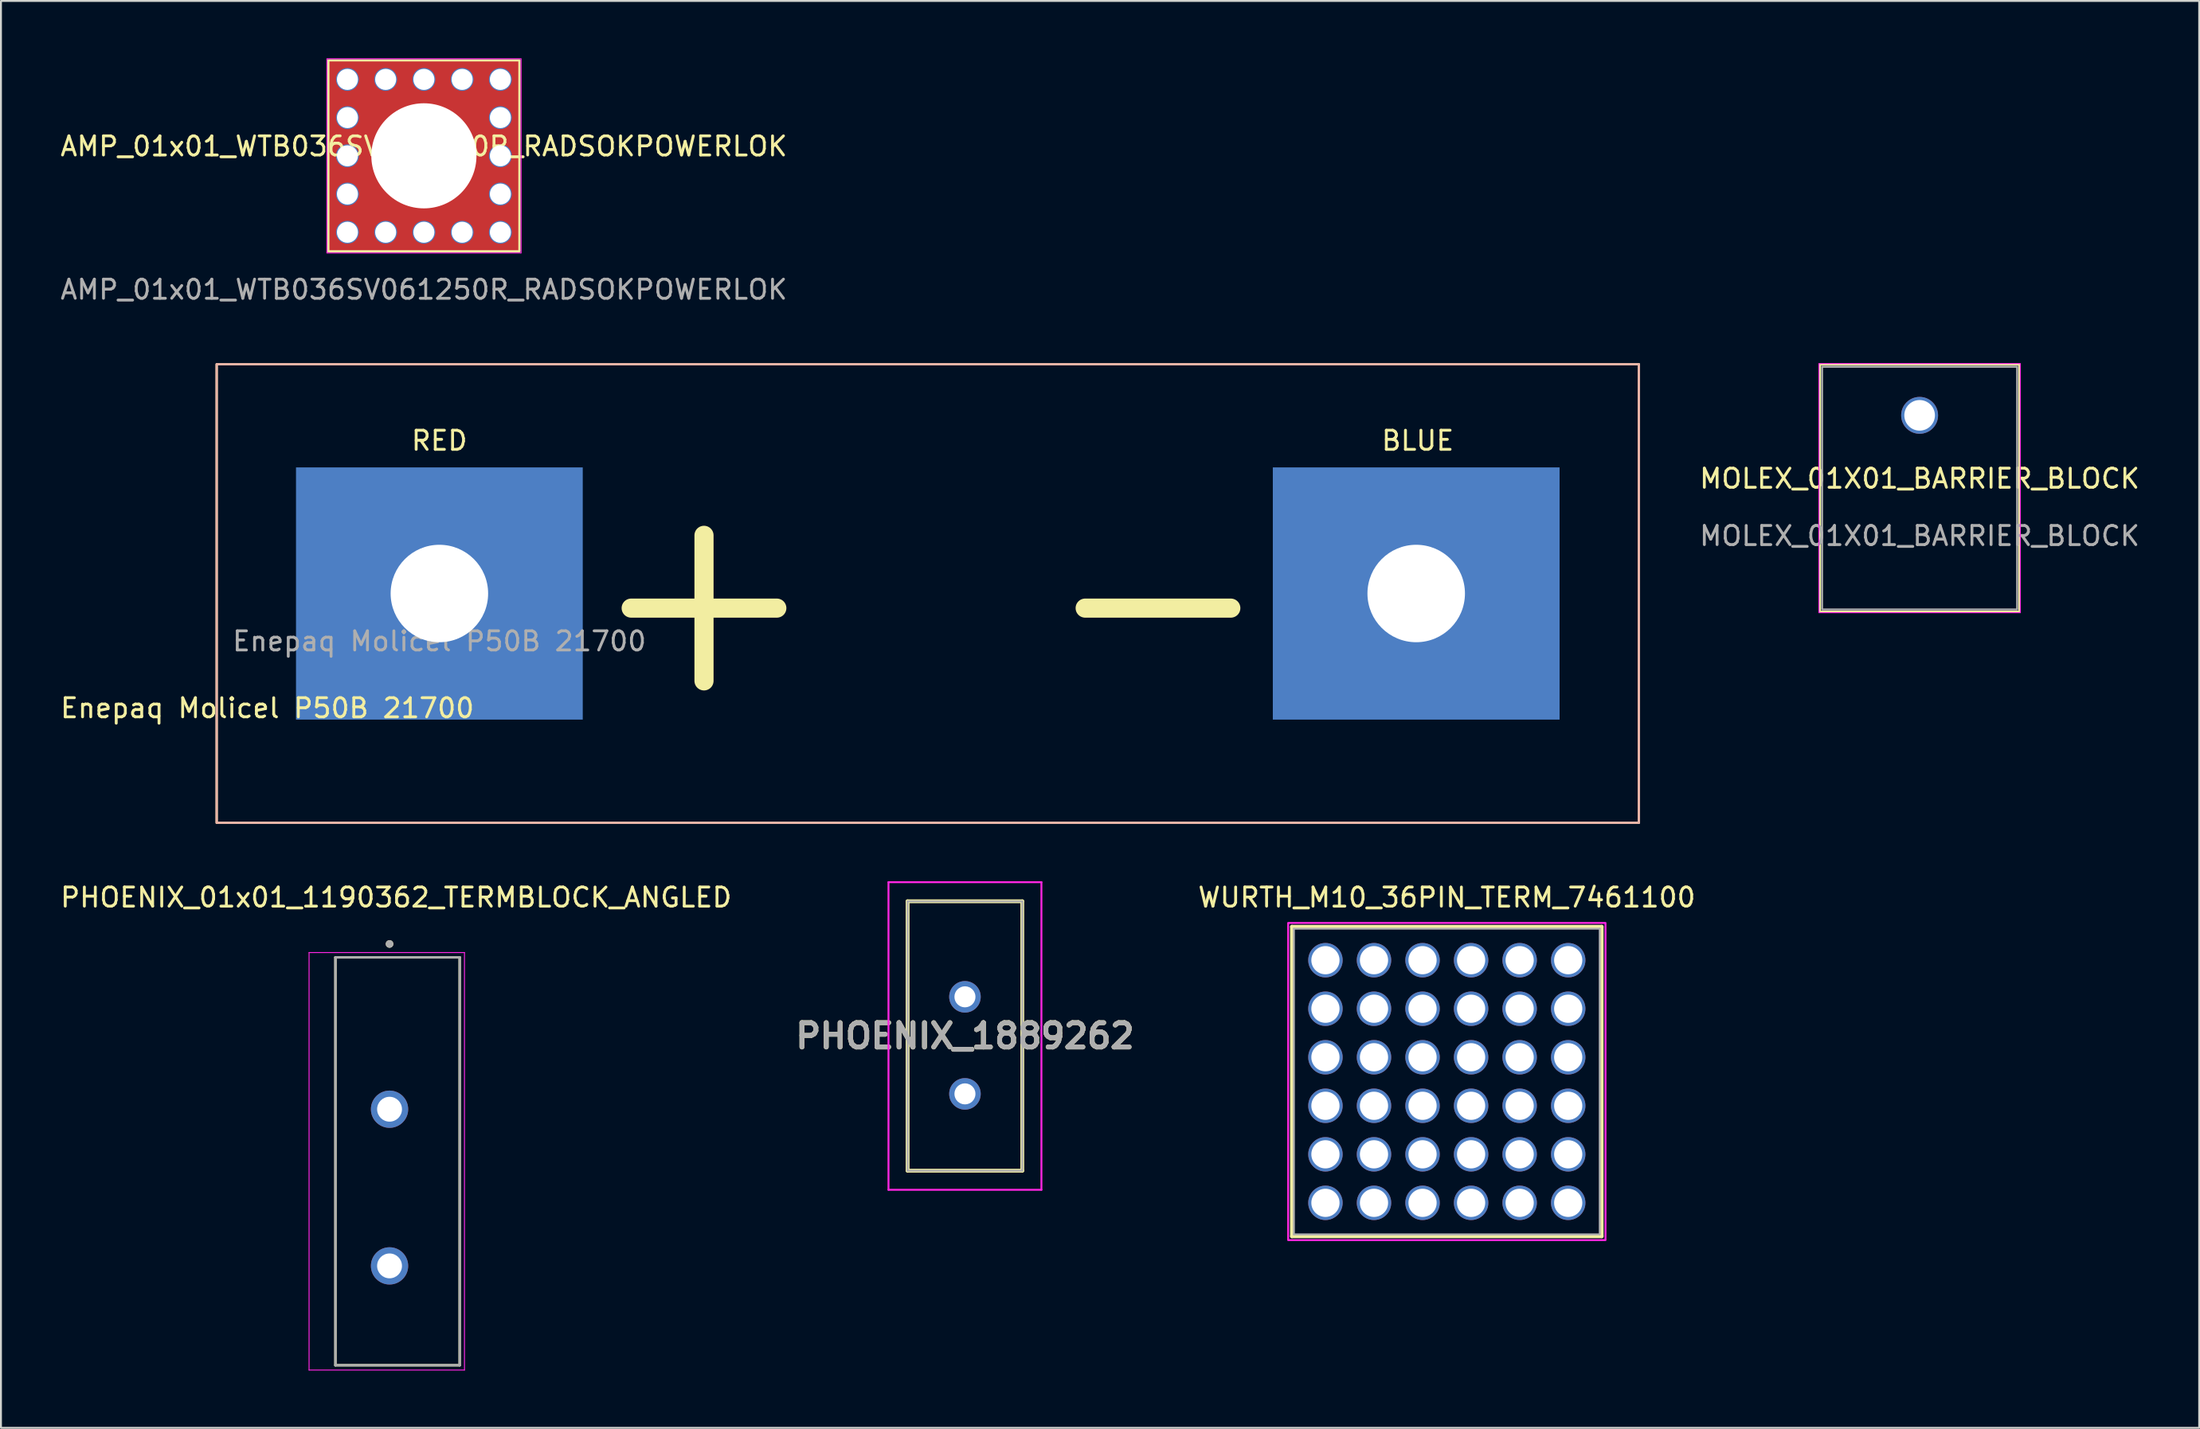
<source format=kicad_pcb>
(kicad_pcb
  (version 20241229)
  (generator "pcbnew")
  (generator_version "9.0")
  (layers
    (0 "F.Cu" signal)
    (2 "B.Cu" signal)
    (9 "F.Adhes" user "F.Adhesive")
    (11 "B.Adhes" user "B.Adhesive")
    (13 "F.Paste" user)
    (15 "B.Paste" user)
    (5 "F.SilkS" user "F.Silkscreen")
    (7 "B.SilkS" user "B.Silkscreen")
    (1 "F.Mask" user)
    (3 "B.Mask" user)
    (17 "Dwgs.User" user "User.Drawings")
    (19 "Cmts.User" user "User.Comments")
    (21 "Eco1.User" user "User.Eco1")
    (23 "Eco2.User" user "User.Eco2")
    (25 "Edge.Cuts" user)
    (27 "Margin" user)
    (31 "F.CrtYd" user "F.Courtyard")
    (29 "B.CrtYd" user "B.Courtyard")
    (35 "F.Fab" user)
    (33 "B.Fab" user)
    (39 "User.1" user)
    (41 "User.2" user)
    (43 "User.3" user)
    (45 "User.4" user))
  (footprint "PHOENIX_1889262"
    (layer "F.Cu")
    (at 47.429 49.124)
    (property "Reference" "PHOENIX_1889262" (at 0 2.05 0) (layer "F.SilkS") (effects (font (size 1.27 1.27) (thickness 0.254))))
    (attr through_hole)
    (fp_line (start -3 -5) (end 3 -5) (stroke (width 0.2) (type solid)) (layer "F.SilkS"))
    (fp_line (start -3 9.1) (end -3 -5) (stroke (width 0.2) (type solid)) (layer "F.SilkS"))
    (fp_line (start 3 -5) (end 3 9.1) (stroke (width 0.2) (type solid)) (layer "F.SilkS"))
    (fp_line (start 3 9.1) (end -3 9.1) (stroke (width 0.2) (type solid)) (layer "F.SilkS"))
    (fp_line (start -4 -6) (end 4 -6) (stroke (width 0.1) (type solid)) (layer "F.CrtYd"))
    (fp_line (start -4 10.1) (end -4 -6) (stroke (width 0.1) (type solid)) (layer "F.CrtYd"))
    (fp_line (start 4 -6) (end 4 10.1) (stroke (width 0.1) (type solid)) (layer "F.CrtYd"))
    (fp_line (start 4 10.1) (end -4 10.1) (stroke (width 0.1) (type solid)) (layer "F.CrtYd"))
    (fp_line (start -3 -5) (end 3 -5) (stroke (width 0.1) (type solid)) (layer "F.Fab"))
    (fp_line (start -3 9.1) (end -3 -5) (stroke (width 0.1) (type solid)) (layer "F.Fab"))
    (fp_line (start 3 -5) (end 3 9.1) (stroke (width 0.1) (type solid)) (layer "F.Fab"))
    (fp_line (start 3 9.1) (end -3 9.1) (stroke (width 0.1) (type solid)) (layer "F.Fab"))
    (fp_text user "${REFERENCE}" (at 0 2.05 0) (layer "F.Fab") (effects (font (size 1.27 1.27) (thickness 0.254))))
    (pad "1" thru_hole circle (at 0 0) (size 1.65 1.65) (drill 1.1) (layers "*.Cu" "*.Mask"))
    (pad "2" thru_hole circle (at 0 5.08) (size 1.65 1.65) (drill 1.1) (layers "*.Cu" "*.Mask")))
  (footprint "MOLEX_01X01_BARRIER_BLOCK"
    (layer "F.Cu")
    (at 97.37 22.499)
    (property "Reference" "MOLEX_01X01_BARRIER_BLOCK" (at 0 -0.5 0) (unlocked yes) (layer "F.SilkS") (effects (font (size 1 1) (thickness 0.15))))
    (attr through_hole)
    (fp_rect (start -5.22 -6.47) (end 5.22 6.47) (stroke (width 0.12) (type default)) (fill no) (layer "F.SilkS"))
    (fp_rect (start -5.27 -6.52) (end 5.27 6.52) (stroke (width 0.05) (type default)) (fill no) (layer "F.CrtYd"))
    (fp_rect (start -5.1 -6.35) (end 5.1 6.35) (stroke (width 0.1) (type default)) (fill no) (layer "F.Fab"))
    (fp_text user "${REFERENCE}" (at 0 2.5 0) (unlocked yes) (layer "F.Fab") (effects (font (size 1 1) (thickness 0.15))))
    (pad "1" thru_hole circle (at 0 -3.81) (size 1.93 1.93) (drill 1.6) (layers "*.Cu" "*.Mask")))
  (footprint "PHOENIX_01x01_1190362_TERMBLOCK_ANGLED"
    (layer "F.Cu")
    (at 14.498 68.407)
    (property "Reference" "PHOENIX_01x01_1190362_TERMBLOCK_ANGLED" (at 3.175 -24.485 0) (layer "F.SilkS") (effects (font (size 1 1) (thickness 0.15))))
    (attr through_hole)
    (fp_line (start 0 -21.35) (end 0 0) (stroke (width 0.127) (type solid)) (layer "F.SilkS"))
    (fp_line (start 0 0) (end 6.5 0) (stroke (width 0.127) (type solid)) (layer "F.SilkS"))
    (fp_line (start 6.5 -21.35) (end 0 -21.35) (stroke (width 0.127) (type solid)) (layer "F.SilkS"))
    (fp_line (start 6.5 0) (end 6.5 -21.35) (stroke (width 0.127) (type solid)) (layer "F.SilkS"))
    (fp_circle (center 2.83 -22.05) (end 2.93 -22.05) (stroke (width 0.2) (type solid)) (fill no) (layer "F.SilkS"))
    (fp_line (start -1.38 -21.6) (end -1.38 0.25) (stroke (width 0.05) (type solid)) (layer "F.CrtYd"))
    (fp_line (start -1.38 0.25) (end 6.75 0.25) (stroke (width 0.05) (type solid)) (layer "F.CrtYd"))
    (fp_line (start 6.75 -21.6) (end -1.38 -21.6) (stroke (width 0.05) (type solid)) (layer "F.CrtYd"))
    (fp_line (start 6.75 0.25) (end 6.75 -21.6) (stroke (width 0.05) (type solid)) (layer "F.CrtYd"))
    (fp_line (start 0 -21.35) (end 0 0) (stroke (width 0.127) (type solid)) (layer "F.Fab"))
    (fp_line (start 0 0) (end 6.5 0) (stroke (width 0.127) (type solid)) (layer "F.Fab"))
    (fp_line (start 6.5 -21.35) (end 0 -21.35) (stroke (width 0.127) (type solid)) (layer "F.Fab"))
    (fp_line (start 6.5 0) (end 6.5 -21.35) (stroke (width 0.127) (type solid)) (layer "F.Fab"))
    (fp_circle (center 2.83 -22.05) (end 2.93 -22.05) (stroke (width 0.2) (type solid)) (fill no) (layer "F.Fab"))
    (pad "1" thru_hole circle (at 2.83 -13.4) (size 1.95 1.95) (drill 1.3) (layers "*.Cu" "*.Mask"))
    (pad "1" thru_hole circle (at 2.83 -5.2) (size 1.95 1.95) (drill 1.3) (layers "*.Cu" "*.Mask")))
  (footprint "WURTH_M10_36PIN_TERM_7461100"
    (layer "F.Cu")
    (at 72.637 53.557)
    (property "Reference" "WURTH_M10_36PIN_TERM_7461100" (at 0 -9.635 0) (layer "F.SilkS") (effects (font (size 1 1) (thickness 0.15))))
    (attr through_hole)
    (fp_line (start -8.1 -8.1) (end 8.1 -8.1) (stroke (width 0.2) (type solid)) (layer "F.SilkS"))
    (fp_line (start -8.1 8.1) (end -8.1 -8.1) (stroke (width 0.2) (type solid)) (layer "F.SilkS"))
    (fp_line (start 8.1 -8.1) (end 8.1 8.1) (stroke (width 0.2) (type solid)) (layer "F.SilkS"))
    (fp_line (start 8.1 8.1) (end -8.1 8.1) (stroke (width 0.2) (type solid)) (layer "F.SilkS"))
    (fp_poly (pts (xy -8.3 8.3) (xy 8.3 8.3) (xy 8.3 -8.3) (xy -8.3 -8.3)) (stroke (width 0.1) (type solid)) (fill no) (layer "F.CrtYd"))
    (fp_line (start -8 -8) (end 8 -8) (stroke (width 0.1) (type solid)) (layer "F.Fab"))
    (fp_line (start -8 8) (end -8 -8) (stroke (width 0.1) (type solid)) (layer "F.Fab"))
    (fp_line (start 8 -8) (end 8 8) (stroke (width 0.1) (type solid)) (layer "F.Fab"))
    (fp_line (start 8 8) (end -8 8) (stroke (width 0.1) (type solid)) (layer "F.Fab"))
    (pad "1" thru_hole circle (at -6.35 -6.35) (size 1.8 1.8) (drill 1.475) (layers "*.Cu" "*.Mask"))
    (pad "2" thru_hole circle (at -3.81 -6.35) (size 1.8 1.8) (drill 1.475) (layers "*.Cu" "*.Mask"))
    (pad "3" thru_hole circle (at -1.27 -6.35) (size 1.8 1.8) (drill 1.475) (layers "*.Cu" "*.Mask"))
    (pad "4" thru_hole circle (at 1.27 -6.35) (size 1.8 1.8) (drill 1.475) (layers "*.Cu" "*.Mask"))
    (pad "5" thru_hole circle (at 3.81 -6.35) (size 1.8 1.8) (drill 1.475) (layers "*.Cu" "*.Mask"))
    (pad "6" thru_hole circle (at 6.35 -6.35) (size 1.8 1.8) (drill 1.475) (layers "*.Cu" "*.Mask"))
    (pad "7" thru_hole circle (at 6.35 -3.81) (size 1.8 1.8) (drill 1.475) (layers "*.Cu" "*.Mask"))
    (pad "8" thru_hole circle (at 3.81 -3.81) (size 1.8 1.8) (drill 1.475) (layers "*.Cu" "*.Mask"))
    (pad "9" thru_hole circle (at 1.27 -3.81) (size 1.8 1.8) (drill 1.475) (layers "*.Cu" "*.Mask"))
    (pad "10" thru_hole circle (at -1.27 -3.81) (size 1.8 1.8) (drill 1.475) (layers "*.Cu" "*.Mask"))
    (pad "11" thru_hole circle (at -3.81 -3.81) (size 1.8 1.8) (drill 1.475) (layers "*.Cu" "*.Mask"))
    (pad "12" thru_hole circle (at -6.35 -3.81) (size 1.8 1.8) (drill 1.475) (layers "*.Cu" "*.Mask"))
    (pad "13" thru_hole circle (at -6.35 -1.27) (size 1.8 1.8) (drill 1.475) (layers "*.Cu" "*.Mask"))
    (pad "14" thru_hole circle (at -3.81 -1.27) (size 1.8 1.8) (drill 1.475) (layers "*.Cu" "*.Mask"))
    (pad "15" thru_hole circle (at -1.27 -1.27) (size 1.8 1.8) (drill 1.475) (layers "*.Cu" "*.Mask"))
    (pad "16" thru_hole circle (at 1.27 -1.27) (size 1.8 1.8) (drill 1.475) (layers "*.Cu" "*.Mask"))
    (pad "17" thru_hole circle (at 3.81 -1.27) (size 1.8 1.8) (drill 1.475) (layers "*.Cu" "*.Mask"))
    (pad "18" thru_hole circle (at 6.35 -1.27) (size 1.8 1.8) (drill 1.475) (layers "*.Cu" "*.Mask"))
    (pad "19" thru_hole circle (at 6.35 1.27) (size 1.8 1.8) (drill 1.475) (layers "*.Cu" "*.Mask"))
    (pad "20" thru_hole circle (at 3.81 1.27) (size 1.8 1.8) (drill 1.475) (layers "*.Cu" "*.Mask"))
    (pad "21" thru_hole circle (at 1.27 1.27) (size 1.8 1.8) (drill 1.475) (layers "*.Cu" "*.Mask"))
    (pad "22" thru_hole circle (at -1.27 1.27) (size 1.8 1.8) (drill 1.475) (layers "*.Cu" "*.Mask"))
    (pad "23" thru_hole circle (at -3.81 1.27) (size 1.8 1.8) (drill 1.475) (layers "*.Cu" "*.Mask"))
    (pad "24" thru_hole circle (at -6.35 1.27) (size 1.8 1.8) (drill 1.475) (layers "*.Cu" "*.Mask"))
    (pad "25" thru_hole circle (at -6.35 3.81) (size 1.8 1.8) (drill 1.475) (layers "*.Cu" "*.Mask"))
    (pad "26" thru_hole circle (at -3.81 3.81) (size 1.8 1.8) (drill 1.475) (layers "*.Cu" "*.Mask"))
    (pad "27" thru_hole circle (at -1.27 3.81) (size 1.8 1.8) (drill 1.475) (layers "*.Cu" "*.Mask"))
    (pad "28" thru_hole circle (at 1.27 3.81) (size 1.8 1.8) (drill 1.475) (layers "*.Cu" "*.Mask"))
    (pad "29" thru_hole circle (at 3.81 3.81) (size 1.8 1.8) (drill 1.475) (layers "*.Cu" "*.Mask"))
    (pad "30" thru_hole circle (at 6.35 3.81) (size 1.8 1.8) (drill 1.475) (layers "*.Cu" "*.Mask"))
    (pad "31" thru_hole circle (at 6.35 6.35) (size 1.8 1.8) (drill 1.475) (layers "*.Cu" "*.Mask"))
    (pad "32" thru_hole circle (at 3.81 6.35) (size 1.8 1.8) (drill 1.475) (layers "*.Cu" "*.Mask"))
    (pad "33" thru_hole circle (at 1.27 6.35) (size 1.8 1.8) (drill 1.475) (layers "*.Cu" "*.Mask"))
    (pad "34" thru_hole circle (at -1.27 6.35) (size 1.8 1.8) (drill 1.475) (layers "*.Cu" "*.Mask"))
    (pad "35" thru_hole circle (at -3.81 6.35) (size 1.8 1.8) (drill 1.475) (layers "*.Cu" "*.Mask"))
    (pad "36" thru_hole circle (at -6.35 6.35) (size 1.8 1.8) (drill 1.475) (layers "*.Cu" "*.Mask")))
  (footprint "Enepaq Molicel P50B 21700"
    (layer "F.Cu")
    (at 19.935 28.014)
    (property "Reference" "Enepaq Molicel P50B 21700" (at -9 6 0) (layer "F.SilkS") (effects (font (size 1 1) (thickness 0.15))))
    (fp_rect (start -11.65 -12) (end 62.75 12) (stroke (width 0.12) (type solid)) (fill no) (layer "F.SilkS"))
    (fp_rect (start -11.65 -12) (end 62.75 12) (stroke (width 0.12) (type solid)) (fill no) (layer "B.SilkS"))
    (fp_text user "BLUE" (at 51.181 -8.001 0) (layer "F.SilkS") (effects (font (size 1 1) (thickness 0.15))))
    (fp_text user "RED" (at 0 -8 0) (layer "F.SilkS") (effects (font (size 1 1) (thickness 0.15))))
    (fp_text user "+" (at 13.843 0 0) (unlocked yes) (layer "F.SilkS") (effects (font (size 10 10) (thickness 1))))
    (fp_text user "-" (at 37.592 0 0) (unlocked yes) (layer "F.SilkS") (effects (font (size 10 10) (thickness 1))))
    (fp_text user "${REFERENCE}" (at 0 2.5 0) (unlocked yes) (layer "F.Fab") (effects (font (size 1 1) (thickness 0.15))))
    (pad "1" thru_hole circle (at 0 0) (size 9 9) (drill 5.1) (layers "*.Cu" "*.Mask"))
    (pad "1" smd rect (at 0 0) (size 15.001 13.2) (layers "B.Cu" "B.Mask" "B.Paste"))
    (pad "2" thru_hole circle (at 51.1 0) (size 9 9) (drill 5.1) (layers "*.Cu" "*.Mask"))
    (pad "2" smd rect (at 51.1 0) (size 15.001 13.2) (layers "B.Cu" "B.Mask" "B.Paste")))
  (footprint "AMP_01x01_WTB036SV061250R_RADSOKPOWERLOK"
    (layer "F.Cu")
    (at 19.125 5.106)
    (property "Reference" "AMP_01x01_WTB036SV061250R_RADSOKPOWERLOK" (at 0 -0.5 0) (unlocked yes) (layer "F.SilkS") (effects (font (size 1 1) (thickness 0.15))))
    (attr through_hole)
    (fp_rect (start -5 -5) (end 5 5) (stroke (width 0.12) (type default)) (fill no) (layer "F.SilkS"))
    (fp_rect (start -5.073 -5.081) (end 5.085 5.087) (stroke (width 0.05) (type default)) (fill no) (layer "F.CrtYd"))
    (fp_text user "${REFERENCE}" (at 0 7 0) (unlocked yes) (layer "F.Fab") (effects (font (size 1 1) (thickness 0.15))))
    (pad "" np_thru_hole circle (at 0 0) (size 5.5 5.5) (drill 5.5) (layers "*.Cu" "*.Mask"))
    (pad "1" thru_hole circle (at -4 -4) (size 1.2 1.2) (drill 1.1) (layers "*.Cu" "*.Mask"))
    (pad "1" thru_hole circle (at -4 -2) (size 1.2 1.2) (drill 1.1) (layers "*.Cu" "*.Mask"))
    (pad "1" thru_hole circle (at -4 0) (size 1.2 1.2) (drill 1.1) (layers "*.Cu" "*.Mask"))
    (pad "1" thru_hole circle (at -4 2) (size 1.2 1.2) (drill 1.1) (layers "*.Cu" "*.Mask"))
    (pad "1" thru_hole circle (at -4 4) (size 1.2 1.2) (drill 1.1) (layers "*.Cu" "*.Mask"))
    (pad "1" thru_hole circle (at -2 -4 90) (size 1.2 1.2) (drill 1.1) (layers "*.Cu" "*.Mask"))
    (pad "1" thru_hole circle (at -2 4 90) (size 1.2 1.2) (drill 1.1) (layers "*.Cu" "*.Mask"))
    (pad "1" smd rect (at 0 0) (size 10 10) (layers "F.Cu" "F.Mask" "F.Paste"))
    (pad "1" thru_hole circle (at 0.000001 -4 90) (size 1.2 1.2) (drill 1.1) (layers "*.Cu" "*.Mask"))
    (pad "1" thru_hole circle (at 0.000001 4 90) (size 1.2 1.2) (drill 1.1) (layers "*.Cu" "*.Mask"))
    (pad "1" thru_hole circle (at 2 -4 90) (size 1.2 1.2) (drill 1.1) (layers "*.Cu" "*.Mask"))
    (pad "1" thru_hole circle (at 2 4 90) (size 1.2 1.2) (drill 1.1) (layers "*.Cu" "*.Mask"))
    (pad "1" thru_hole circle (at 4 -4) (size 1.2 1.2) (drill 1.1) (layers "*.Cu" "*.Mask"))
    (pad "1" thru_hole circle (at 4 -2) (size 1.2 1.2) (drill 1.1) (layers "*.Cu" "*.Mask"))
    (pad "1" thru_hole circle (at 4 0) (size 1.2 1.2) (drill 1.1) (layers "*.Cu" "*.Mask"))
    (pad "1" thru_hole circle (at 4 2) (size 1.2 1.2) (drill 1.1) (layers "*.Cu" "*.Mask"))
    (pad "1" thru_hole circle (at 4 4) (size 1.2 1.2) (drill 1.1) (layers "*.Cu" "*.Mask")))
  (gr_rect
    (start -3 -3)
    (end 111.995 71.682)
    (stroke (width 0.1) (type default))
    (fill no)
    (layer "Edge.Cuts")))
</source>
